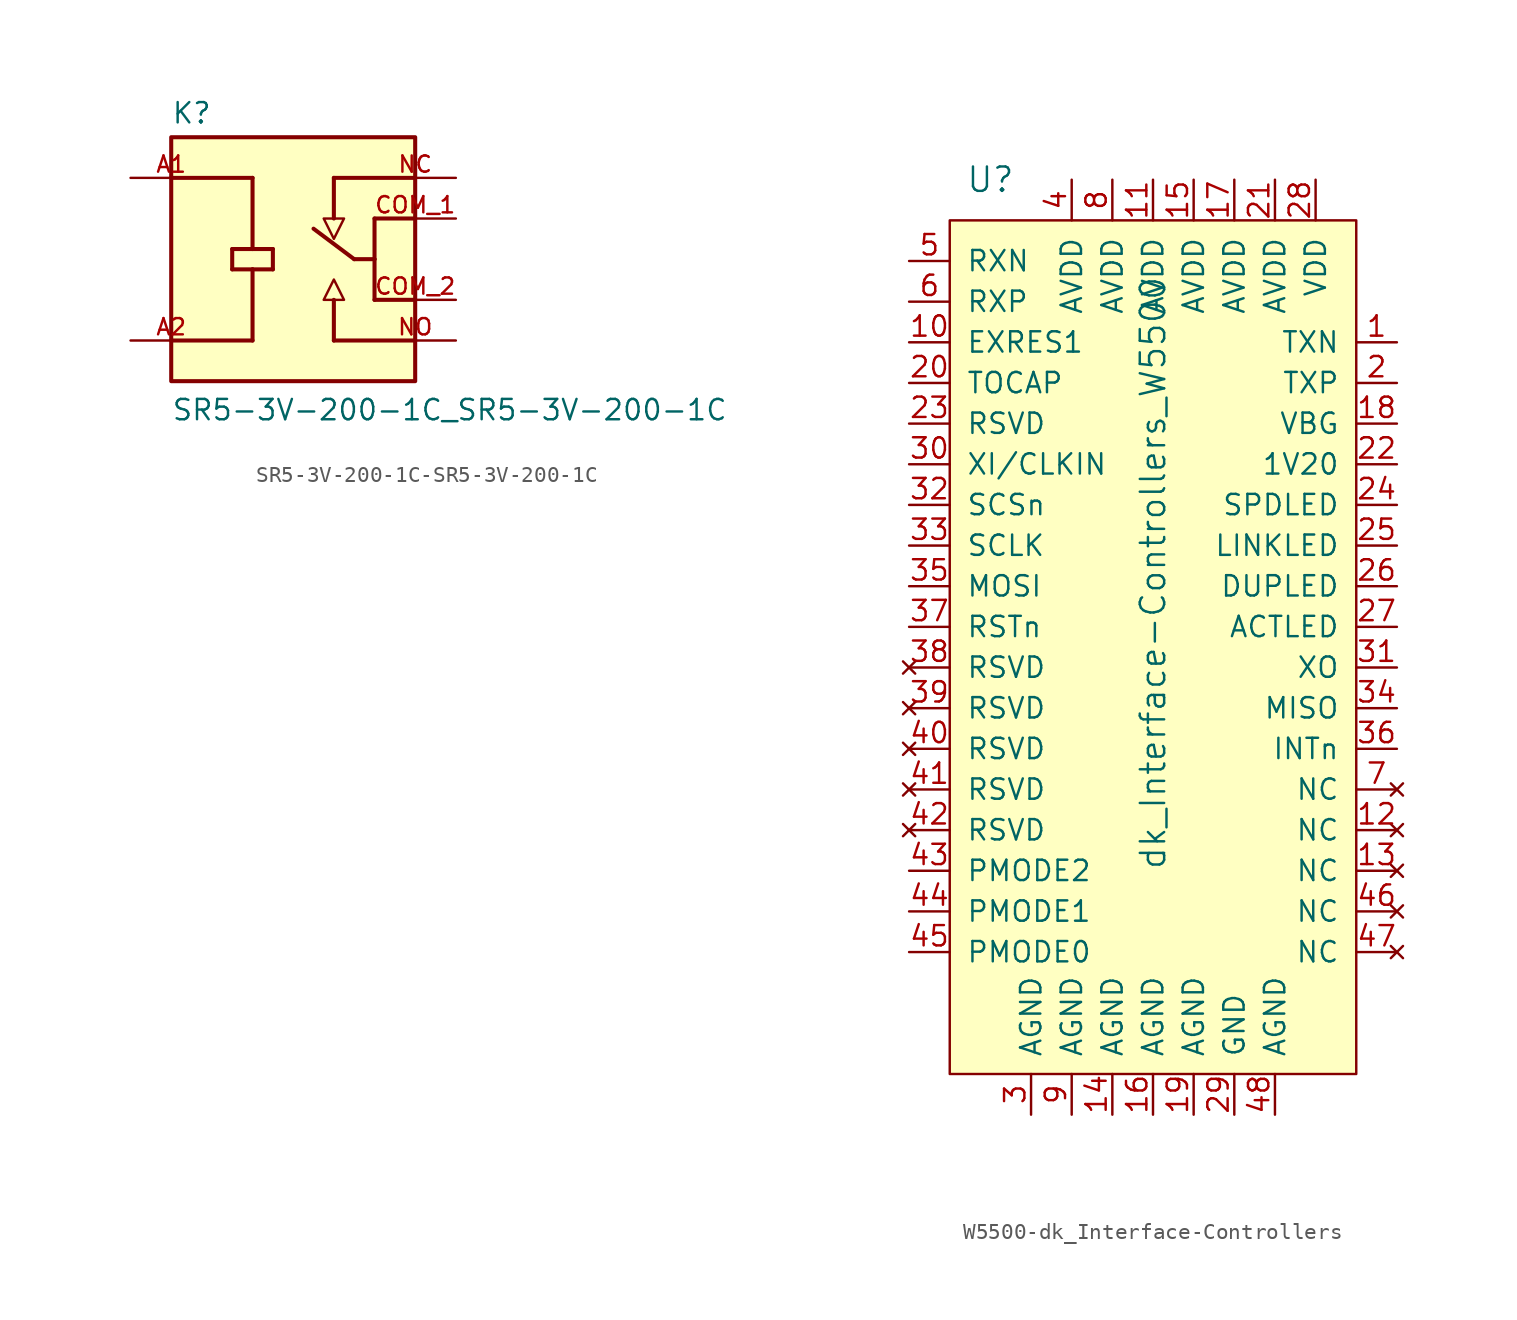
<source format=kicad_sym>
(kicad_symbol_lib
  (version 20231120)
  (generator "kicad_symbol_editor")
  (generator_version "8.0")
  (symbol "SR5-3V-200-1C-SR5-3V-200-1C"
    (pin_names
      (offset 1.016) hide)
    (property "Reference" "K"
      (at -7.62 8.382 0)
      (effects (font (size 1.27 1.27)) (justify left bottom)))
    (property "Value" "SR5-3V-200-1C_SR5-3V-200-1C"
      (at -7.62 -10.16 0)
      (effects (font (size 1.27 1.27)) (justify left bottom)))
    (property "ki_locked" ""
      (at 0 0 0)
      (effects (font (size 1.27 1.27))))
    (symbol "SR5-3V-200-1C-SR5-3V-200-1C_0_0"
      (rectangle (start -7.62 -7.62) (end 7.62 7.62) (stroke (width 0.254) (type solid)) (fill (type background)))
      (polyline (pts (xy -7.62 -5.08) (xy -2.54 -5.08)) (stroke (width 0.254) (type solid)) (fill (type none)))
      (polyline (pts (xy -7.62 5.08) (xy -2.54 5.08)) (stroke (width 0.254) (type solid)) (fill (type none)))
      (polyline (pts (xy -3.81 -0.635) (xy -3.81 0.635)) (stroke (width 0.254) (type solid)) (fill (type none)))
      (polyline (pts (xy -3.81 0.635) (xy -2.54 0.635)) (stroke (width 0.254) (type solid)) (fill (type none)))
      (polyline (pts (xy -2.54 -0.635) (xy -3.81 -0.635)) (stroke (width 0.254) (type solid)) (fill (type none)))
      (polyline (pts (xy -2.54 -0.635) (xy -2.54 -5.08)) (stroke (width 0.254) (type solid)) (fill (type none)))
      (polyline (pts (xy -2.54 0.635) (xy -1.27 0.635)) (stroke (width 0.254) (type solid)) (fill (type none)))
      (polyline (pts (xy -2.54 5.08) (xy -2.54 0.635)) (stroke (width 0.254) (type solid)) (fill (type none)))
      (polyline (pts (xy -1.27 -0.635) (xy -2.54 -0.635)) (stroke (width 0.254) (type solid)) (fill (type none)))
      (polyline (pts (xy -1.27 0.635) (xy -1.27 -0.635)) (stroke (width 0.254) (type solid)) (fill (type none)))
      (polyline (pts (xy 2.54 -5.08) (xy 2.54 -2.54)) (stroke (width 0.254) (type solid)) (fill (type none)))
      (polyline (pts (xy 2.54 5.08) (xy 2.54 2.54)) (stroke (width 0.254) (type solid)) (fill (type none)))
      (polyline (pts (xy 3.81 0) (xy 1.27 1.905)) (stroke (width 0.254) (type solid)) (fill (type none)))
      (polyline (pts (xy 5.08 -2.54) (xy 7.62 -2.54)) (stroke (width 0.254) (type solid)) (fill (type none)))
      (polyline (pts (xy 5.08 0) (xy 3.81 0)) (stroke (width 0.254) (type solid)) (fill (type none)))
      (polyline (pts (xy 5.08 0) (xy 5.08 -2.54)) (stroke (width 0.254) (type solid)) (fill (type none)))
      (polyline (pts (xy 5.08 2.54) (xy 5.08 0)) (stroke (width 0.254) (type solid)) (fill (type none)))
      (polyline (pts (xy 7.62 -5.08) (xy 2.54 -5.08)) (stroke (width 0.254) (type solid)) (fill (type none)))
      (polyline (pts (xy 7.62 2.54) (xy 5.08 2.54)) (stroke (width 0.254) (type solid)) (fill (type none)))
      (polyline (pts (xy 7.62 5.08) (xy 2.54 5.08)) (stroke (width 0.254) (type solid)) (fill (type none)))
      (polyline (pts (xy 1.905 -2.54) (xy 3.175 -2.54) (xy 2.54 -1.27) (xy 1.905 -2.54)) (stroke (width 0.152) (type solid)) (fill (type background)))
      (polyline (pts (xy 3.175 2.54) (xy 1.905 2.54) (xy 2.54 1.27) (xy 3.175 2.54)) (stroke (width 0.152) (type solid)) (fill (type background)))
      (pin passive line (at -10.16 5.08 0) (length 5.08) (name "~" (effects (font (size 1.016 1.016)))) (number "A1" (effects (font (size 1.016 1.016)))))
      (pin passive line (at -10.16 -5.08 0) (length 5.08) (name "~" (effects (font (size 1.016 1.016)))) (number "A2" (effects (font (size 1.016 1.016)))))
      (pin passive line (at 10.16 2.54 180) (length 5.08) (name "~" (effects (font (size 1.016 1.016)))) (number "COM_1" (effects (font (size 1.016 1.016)))))
      (pin passive line (at 10.16 -2.54 180) (length 5.08) (name "~" (effects (font (size 1.016 1.016)))) (number "COM_2" (effects (font (size 1.016 1.016)))))
      (pin passive line (at 10.16 5.08 180) (length 5.08) (name "~" (effects (font (size 1.016 1.016)))) (number "NC" (effects (font (size 1.016 1.016)))))
      (pin passive line (at 10.16 -5.08 180) (length 5.08) (name "~" (effects (font (size 1.016 1.016)))) (number "NO" (effects (font (size 1.016 1.016)))))))
  (symbol "W5500-dk_Interface-Controllers"
    (pin_names
      (offset 1.016))
    (property "Reference" "U"
      (at -15.24 5.08 0)
      (effects (font (size 1.524 1.524))))
    (property "Value" "dk_Interface-Controllers_W5500"
      (at -5.08 -38.1 90)
      (effects (font (size 1.524 1.524)) (justify left)))
    (symbol "W5500-dk_Interface-Controllers_0_1"
      (rectangle (start -17.78 2.54) (end 7.62 -50.8) (stroke (width 0) (type solid)) (fill (type background))))
    (symbol "W5500-dk_Interface-Controllers_1_1"
      (pin output line (at 10.16 -5.08 180) (length 2.54) (name "TXN" (effects (font (size 1.27 1.27)))) (number "1" (effects (font (size 1.27 1.27)))))
      (pin passive line (at -20.32 -5.08 0) (length 2.54) (name "EXRES1" (effects (font (size 1.27 1.27)))) (number "10" (effects (font (size 1.27 1.27)))))
      (pin power_in line (at -5.08 5.08 270) (length 2.54) (name "AVDD" (effects (font (size 1.27 1.27)))) (number "11" (effects (font (size 1.27 1.27)))))
      (pin no_connect line (at 10.16 -35.56 180) (length 2.54) (name "NC" (effects (font (size 1.27 1.27)))) (number "12" (effects (font (size 1.27 1.27)))))
      (pin no_connect line (at 10.16 -38.1 180) (length 2.54) (name "NC" (effects (font (size 1.27 1.27)))) (number "13" (effects (font (size 1.27 1.27)))))
      (pin power_in line (at -7.62 -53.34 90) (length 2.54) (name "AGND" (effects (font (size 1.27 1.27)))) (number "14" (effects (font (size 1.27 1.27)))))
      (pin power_in line (at -2.54 5.08 270) (length 2.54) (name "AVDD" (effects (font (size 1.27 1.27)))) (number "15" (effects (font (size 1.27 1.27)))))
      (pin power_in line (at -5.08 -53.34 90) (length 2.54) (name "AGND" (effects (font (size 1.27 1.27)))) (number "16" (effects (font (size 1.27 1.27)))))
      (pin power_in line (at 0 5.08 270) (length 2.54) (name "AVDD" (effects (font (size 1.27 1.27)))) (number "17" (effects (font (size 1.27 1.27)))))
      (pin output line (at 10.16 -10.16 180) (length 2.54) (name "VBG" (effects (font (size 1.27 1.27)))) (number "18" (effects (font (size 1.27 1.27)))))
      (pin power_in line (at -2.54 -53.34 90) (length 2.54) (name "AGND" (effects (font (size 1.27 1.27)))) (number "19" (effects (font (size 1.27 1.27)))))
      (pin output line (at 10.16 -7.62 180) (length 2.54) (name "TXP" (effects (font (size 1.27 1.27)))) (number "2" (effects (font (size 1.27 1.27)))))
      (pin passive line (at -20.32 -7.62 0) (length 2.54) (name "TOCAP" (effects (font (size 1.27 1.27)))) (number "20" (effects (font (size 1.27 1.27)))))
      (pin power_in line (at 2.54 5.08 270) (length 2.54) (name "AVDD" (effects (font (size 1.27 1.27)))) (number "21" (effects (font (size 1.27 1.27)))))
      (pin power_out line (at 10.16 -12.7 180) (length 2.54) (name "1V20" (effects (font (size 1.27 1.27)))) (number "22" (effects (font (size 1.27 1.27)))))
      (pin passive line (at -20.32 -10.16 0) (length 2.54) (name "RSVD" (effects (font (size 1.27 1.27)))) (number "23" (effects (font (size 1.27 1.27)))))
      (pin output line (at 10.16 -15.24 180) (length 2.54) (name "SPDLED" (effects (font (size 1.27 1.27)))) (number "24" (effects (font (size 1.27 1.27)))))
      (pin output line (at 10.16 -17.78 180) (length 2.54) (name "LINKLED" (effects (font (size 1.27 1.27)))) (number "25" (effects (font (size 1.27 1.27)))))
      (pin output line (at 10.16 -20.32 180) (length 2.54) (name "DUPLED" (effects (font (size 1.27 1.27)))) (number "26" (effects (font (size 1.27 1.27)))))
      (pin output line (at 10.16 -22.86 180) (length 2.54) (name "ACTLED" (effects (font (size 1.27 1.27)))) (number "27" (effects (font (size 1.27 1.27)))))
      (pin power_in line (at 5.08 5.08 270) (length 2.54) (name "VDD" (effects (font (size 1.27 1.27)))) (number "28" (effects (font (size 1.27 1.27)))))
      (pin power_in line (at 0 -53.34 90) (length 2.54) (name "GND" (effects (font (size 1.27 1.27)))) (number "29" (effects (font (size 1.27 1.27)))))
      (pin power_in line (at -12.7 -53.34 90) (length 2.54) (name "AGND" (effects (font (size 1.27 1.27)))) (number "3" (effects (font (size 1.27 1.27)))))
      (pin input line (at -20.32 -12.7 0) (length 2.54) (name "XI/CLKIN" (effects (font (size 1.27 1.27)))) (number "30" (effects (font (size 1.27 1.27)))))
      (pin output line (at 10.16 -25.4 180) (length 2.54) (name "XO" (effects (font (size 1.27 1.27)))) (number "31" (effects (font (size 1.27 1.27)))))
      (pin input line (at -20.32 -15.24 0) (length 2.54) (name "SCSn" (effects (font (size 1.27 1.27)))) (number "32" (effects (font (size 1.27 1.27)))))
      (pin input line (at -20.32 -17.78 0) (length 2.54) (name "SCLK" (effects (font (size 1.27 1.27)))) (number "33" (effects (font (size 1.27 1.27)))))
      (pin output line (at 10.16 -27.94 180) (length 2.54) (name "MISO" (effects (font (size 1.27 1.27)))) (number "34" (effects (font (size 1.27 1.27)))))
      (pin input line (at -20.32 -20.32 0) (length 2.54) (name "MOSI" (effects (font (size 1.27 1.27)))) (number "35" (effects (font (size 1.27 1.27)))))
      (pin output line (at 10.16 -30.48 180) (length 2.54) (name "INTn" (effects (font (size 1.27 1.27)))) (number "36" (effects (font (size 1.27 1.27)))))
      (pin input line (at -20.32 -22.86 0) (length 2.54) (name "RSTn" (effects (font (size 1.27 1.27)))) (number "37" (effects (font (size 1.27 1.27)))))
      (pin no_connect line (at -20.32 -25.4 0) (length 2.54) (name "RSVD" (effects (font (size 1.27 1.27)))) (number "38" (effects (font (size 1.27 1.27)))))
      (pin no_connect line (at -20.32 -27.94 0) (length 2.54) (name "RSVD" (effects (font (size 1.27 1.27)))) (number "39" (effects (font (size 1.27 1.27)))))
      (pin power_in line (at -10.16 5.08 270) (length 2.54) (name "AVDD" (effects (font (size 1.27 1.27)))) (number "4" (effects (font (size 1.27 1.27)))))
      (pin no_connect line (at -20.32 -30.48 0) (length 2.54) (name "RSVD" (effects (font (size 1.27 1.27)))) (number "40" (effects (font (size 1.27 1.27)))))
      (pin no_connect line (at -20.32 -33.02 0) (length 2.54) (name "RSVD" (effects (font (size 1.27 1.27)))) (number "41" (effects (font (size 1.27 1.27)))))
      (pin no_connect line (at -20.32 -35.56 0) (length 2.54) (name "RSVD" (effects (font (size 1.27 1.27)))) (number "42" (effects (font (size 1.27 1.27)))))
      (pin input line (at -20.32 -38.1 0) (length 2.54) (name "PMODE2" (effects (font (size 1.27 1.27)))) (number "43" (effects (font (size 1.27 1.27)))))
      (pin input line (at -20.32 -40.64 0) (length 2.54) (name "PMODE1" (effects (font (size 1.27 1.27)))) (number "44" (effects (font (size 1.27 1.27)))))
      (pin input line (at -20.32 -43.18 0) (length 2.54) (name "PMODE0" (effects (font (size 1.27 1.27)))) (number "45" (effects (font (size 1.27 1.27)))))
      (pin no_connect line (at 10.16 -40.64 180) (length 2.54) (name "NC" (effects (font (size 1.27 1.27)))) (number "46" (effects (font (size 1.27 1.27)))))
      (pin no_connect line (at 10.16 -43.18 180) (length 2.54) (name "NC" (effects (font (size 1.27 1.27)))) (number "47" (effects (font (size 1.27 1.27)))))
      (pin power_in line (at 2.54 -53.34 90) (length 2.54) (name "AGND" (effects (font (size 1.27 1.27)))) (number "48" (effects (font (size 1.27 1.27)))))
      (pin input line (at -20.32 0 0) (length 2.54) (name "RXN" (effects (font (size 1.27 1.27)))) (number "5" (effects (font (size 1.27 1.27)))))
      (pin input line (at -20.32 -2.54 0) (length 2.54) (name "RXP" (effects (font (size 1.27 1.27)))) (number "6" (effects (font (size 1.27 1.27)))))
      (pin no_connect line (at 10.16 -33.02 180) (length 2.54) (name "NC" (effects (font (size 1.27 1.27)))) (number "7" (effects (font (size 1.27 1.27)))))
      (pin power_in line (at -7.62 5.08 270) (length 2.54) (name "AVDD" (effects (font (size 1.27 1.27)))) (number "8" (effects (font (size 1.27 1.27)))))
      (pin power_in line (at -10.16 -53.34 90) (length 2.54) (name "AGND" (effects (font (size 1.27 1.27)))) (number "9" (effects (font (size 1.27 1.27))))))))
</source>
